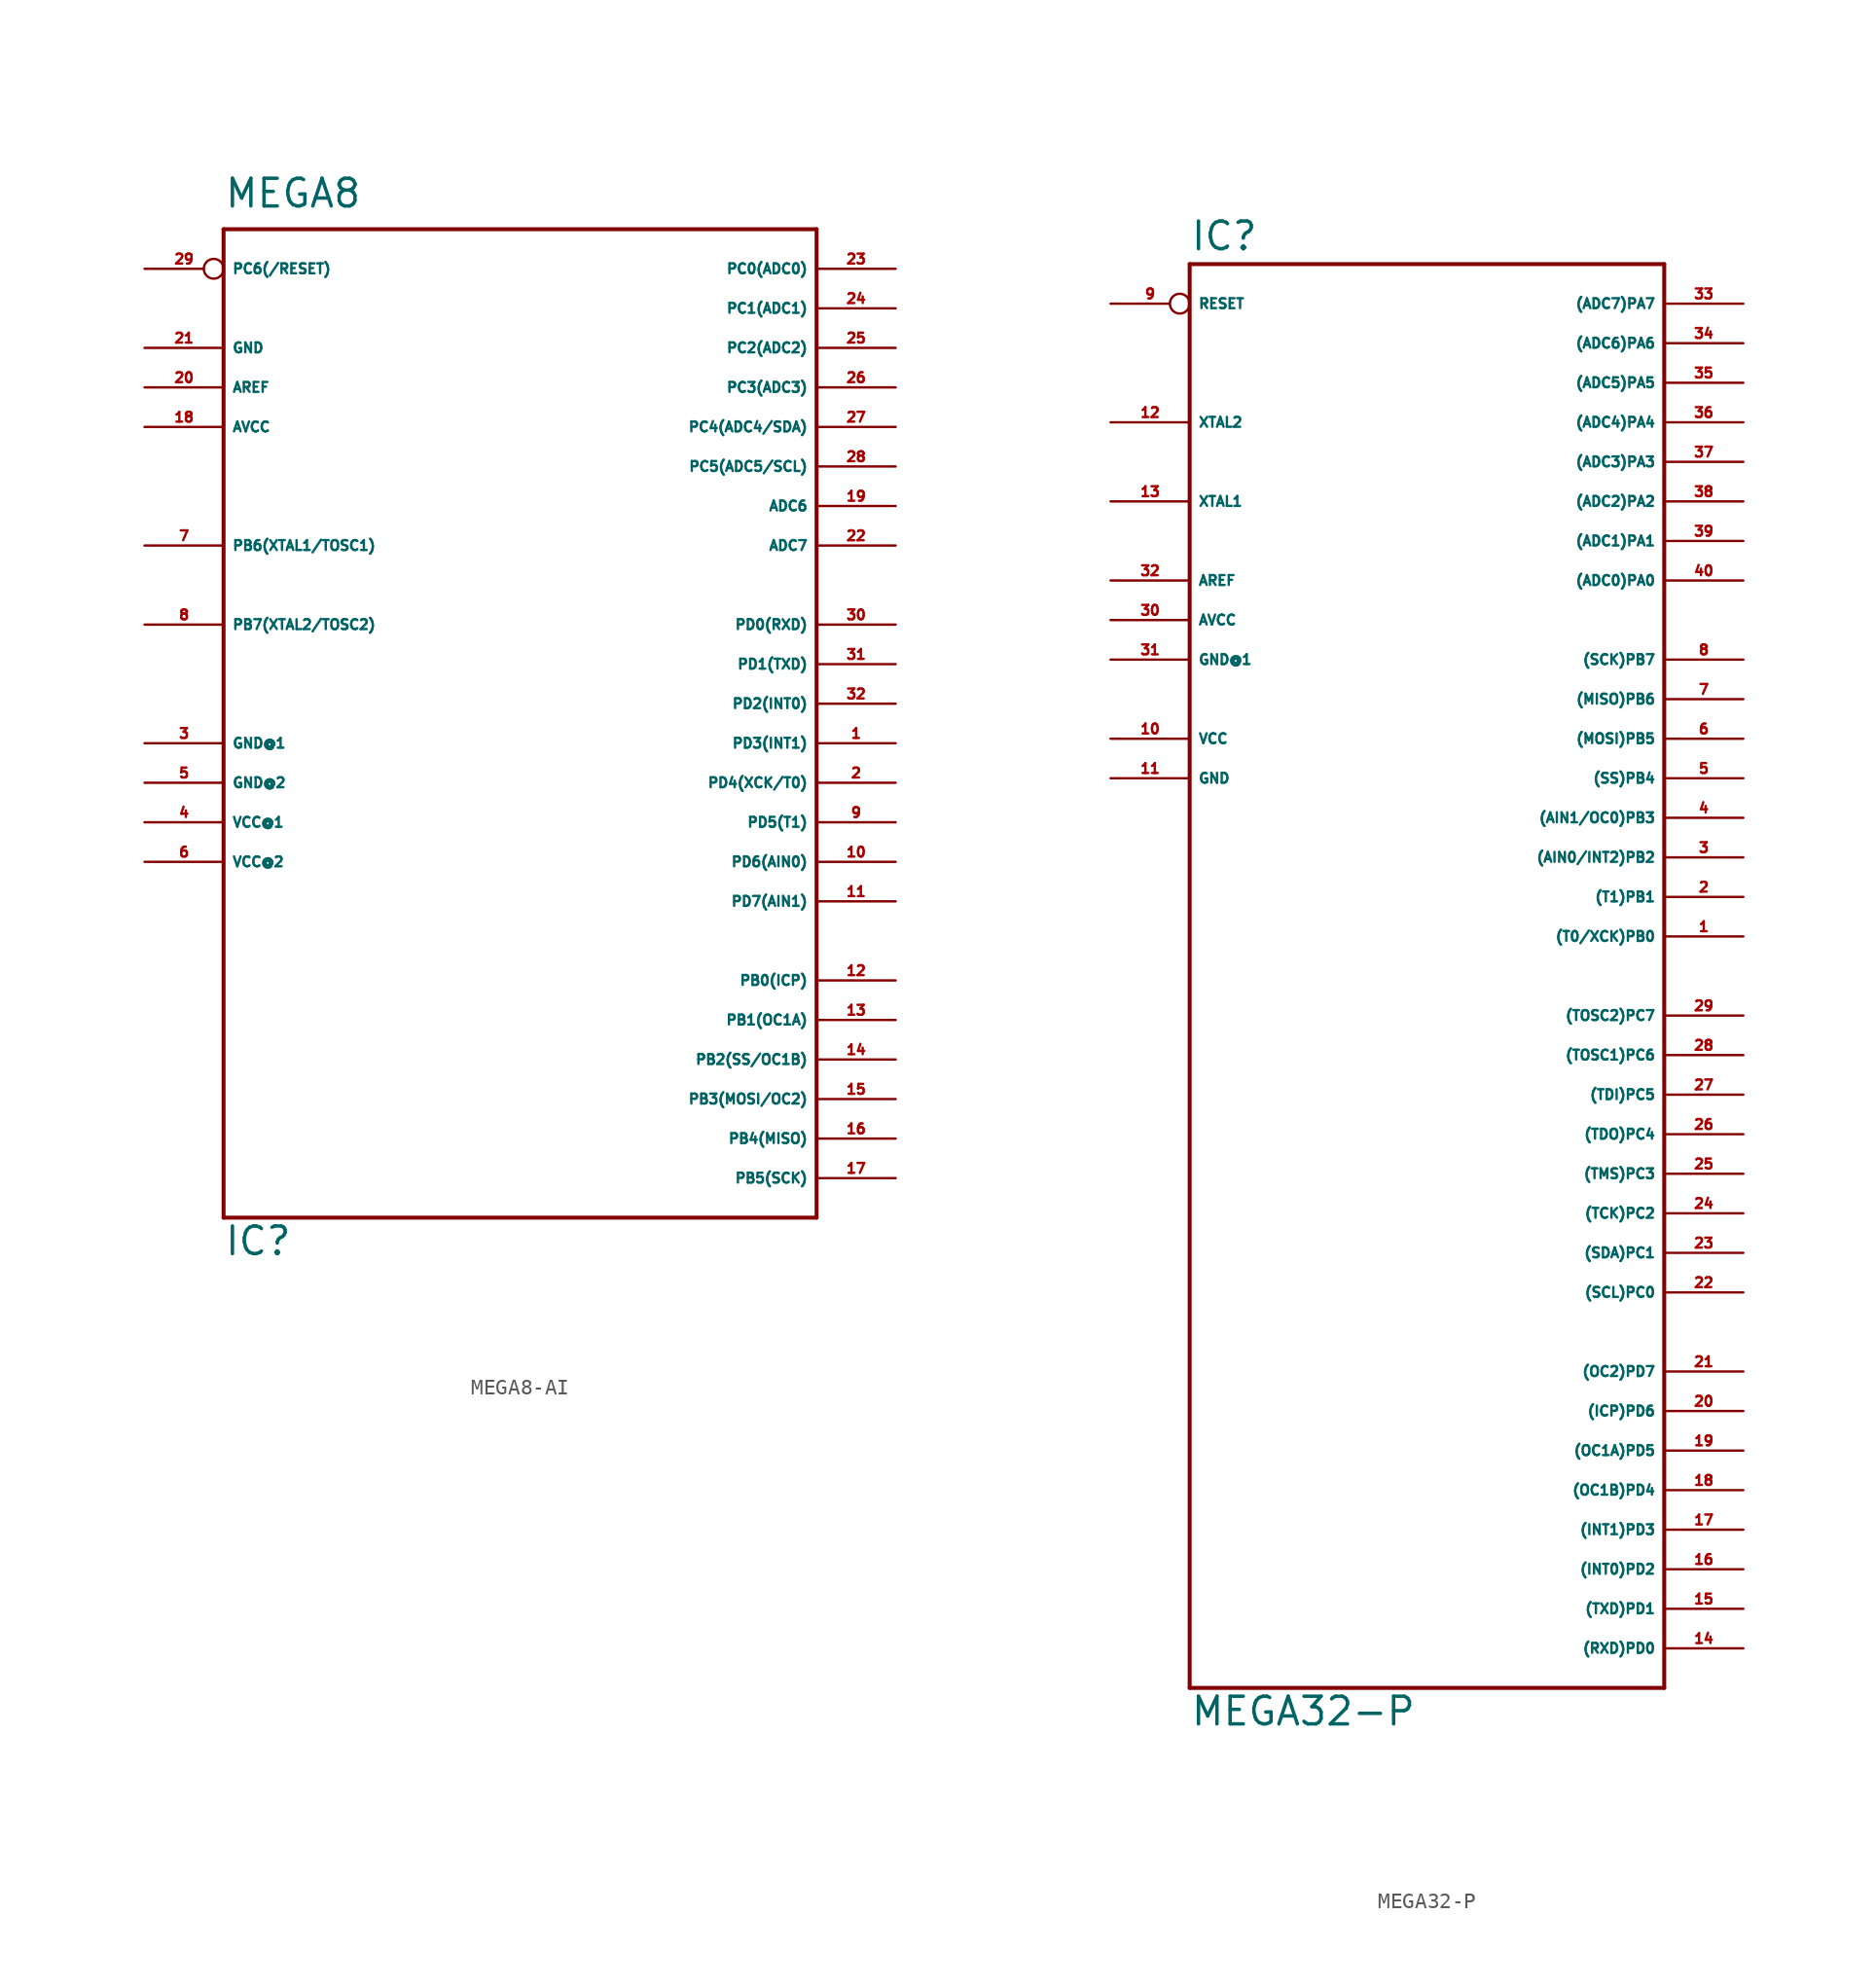
<source format=kicad_sym>
(kicad_symbol_lib
  (version 20220914)
  (generator Eagle2Kicad)
  (symbol "MEGA8-AI"
    (property "Reference" "IC"
      (at -17.78 -38.1 0)
      (effects (font (size 1.778 1.778) (thickness 0.22)) (justify left bottom)))
    (property "Value" "MEGA8"
      (at -17.78 29.21 0)
      (effects (font (size 1.778 1.778) (thickness 0.22)) (justify left bottom)))
    (polyline
      (pts (xy -17.78 27.94) (xy 20.32 27.94))
      (stroke (width 0.254) (type default))
      (fill (type none)))
    (polyline
      (pts (xy 20.32 27.94) (xy 20.32 -35.56))
      (stroke (width 0.254) (type default))
      (fill (type none)))
    (polyline
      (pts (xy 20.32 -35.56) (xy -17.78 -35.56))
      (stroke (width 0.254) (type default))
      (fill (type none)))
    (polyline
      (pts (xy -17.78 -35.56) (xy -17.78 27.94))
      (stroke (width 0.254) (type default))
      (fill (type none)))
    (pin bidirectional line
      (at 25.4 -33.02 180)
      (length 5.08)
      (name "PB5(SCK)" (effects (font (size 0.635 0.635) (thickness 0.08)) (justify left bottom)))
      (number "17" (effects (font (size 0.635 0.635) (thickness 0.08)) (justify left bottom))))
    (pin bidirectional line
      (at -22.86 2.54 0)
      (length 5.08)
      (name "PB7(XTAL2/TOSC2)" (effects (font (size 0.635 0.635) (thickness 0.08)) (justify left bottom)))
      (number "8" (effects (font (size 0.635 0.635) (thickness 0.08)) (justify left bottom))))
    (pin bidirectional line
      (at -22.86 7.62 0)
      (length 5.08)
      (name "PB6(XTAL1/TOSC1)" (effects (font (size 0.635 0.635) (thickness 0.08)) (justify left bottom)))
      (number "7" (effects (font (size 0.635 0.635) (thickness 0.08)) (justify left bottom))))
    (pin unspecified line
      (at -22.86 -5.08 0)
      (length 5.08)
      (name "GND@1" (effects (font (size 0.635 0.635) (thickness 0.08)) (justify left bottom)))
      (number "3" (effects (font (size 0.635 0.635) (thickness 0.08)) (justify left bottom))))
    (pin unspecified line
      (at -22.86 -7.62 0)
      (length 5.08)
      (name "GND@2" (effects (font (size 0.635 0.635) (thickness 0.08)) (justify left bottom)))
      (number "5" (effects (font (size 0.635 0.635) (thickness 0.08)) (justify left bottom))))
    (pin unspecified line
      (at -22.86 -10.16 0)
      (length 5.08)
      (name "VCC@1" (effects (font (size 0.635 0.635) (thickness 0.08)) (justify left bottom)))
      (number "4" (effects (font (size 0.635 0.635) (thickness 0.08)) (justify left bottom))))
    (pin unspecified line
      (at -22.86 -12.7 0)
      (length 5.08)
      (name "VCC@2" (effects (font (size 0.635 0.635) (thickness 0.08)) (justify left bottom)))
      (number "6" (effects (font (size 0.635 0.635) (thickness 0.08)) (justify left bottom))))
    (pin unspecified line
      (at -22.86 20.32 0)
      (length 5.08)
      (name "GND" (effects (font (size 0.635 0.635) (thickness 0.08)) (justify left bottom)))
      (number "21" (effects (font (size 0.635 0.635) (thickness 0.08)) (justify left bottom))))
    (pin passive line
      (at -22.86 17.78 0)
      (length 5.08)
      (name "AREF" (effects (font (size 0.635 0.635) (thickness 0.08)) (justify left bottom)))
      (number "20" (effects (font (size 0.635 0.635) (thickness 0.08)) (justify left bottom))))
    (pin unspecified line
      (at -22.86 15.24 0)
      (length 5.08)
      (name "AVCC" (effects (font (size 0.635 0.635) (thickness 0.08)) (justify left bottom)))
      (number "18" (effects (font (size 0.635 0.635) (thickness 0.08)) (justify left bottom))))
    (pin bidirectional line
      (at 25.4 -30.48 180)
      (length 5.08)
      (name "PB4(MISO)" (effects (font (size 0.635 0.635) (thickness 0.08)) (justify left bottom)))
      (number "16" (effects (font (size 0.635 0.635) (thickness 0.08)) (justify left bottom))))
    (pin bidirectional line
      (at 25.4 -27.94 180)
      (length 5.08)
      (name "PB3(MOSI/OC2)" (effects (font (size 0.635 0.635) (thickness 0.08)) (justify left bottom)))
      (number "15" (effects (font (size 0.635 0.635) (thickness 0.08)) (justify left bottom))))
    (pin bidirectional line
      (at 25.4 -25.4 180)
      (length 5.08)
      (name "PB2(SS/OC1B)" (effects (font (size 0.635 0.635) (thickness 0.08)) (justify left bottom)))
      (number "14" (effects (font (size 0.635 0.635) (thickness 0.08)) (justify left bottom))))
    (pin bidirectional line
      (at 25.4 -22.86 180)
      (length 5.08)
      (name "PB1(OC1A)" (effects (font (size 0.635 0.635) (thickness 0.08)) (justify left bottom)))
      (number "13" (effects (font (size 0.635 0.635) (thickness 0.08)) (justify left bottom))))
    (pin bidirectional line
      (at 25.4 -20.32 180)
      (length 5.08)
      (name "PB0(ICP)" (effects (font (size 0.635 0.635) (thickness 0.08)) (justify left bottom)))
      (number "12" (effects (font (size 0.635 0.635) (thickness 0.08)) (justify left bottom))))
    (pin bidirectional line
      (at 25.4 -15.24 180)
      (length 5.08)
      (name "PD7(AIN1)" (effects (font (size 0.635 0.635) (thickness 0.08)) (justify left bottom)))
      (number "11" (effects (font (size 0.635 0.635) (thickness 0.08)) (justify left bottom))))
    (pin bidirectional line
      (at 25.4 -12.7 180)
      (length 5.08)
      (name "PD6(AIN0)" (effects (font (size 0.635 0.635) (thickness 0.08)) (justify left bottom)))
      (number "10" (effects (font (size 0.635 0.635) (thickness 0.08)) (justify left bottom))))
    (pin bidirectional line
      (at 25.4 -10.16 180)
      (length 5.08)
      (name "PD5(T1)" (effects (font (size 0.635 0.635) (thickness 0.08)) (justify left bottom)))
      (number "9" (effects (font (size 0.635 0.635) (thickness 0.08)) (justify left bottom))))
    (pin bidirectional line
      (at 25.4 -7.62 180)
      (length 5.08)
      (name "PD4(XCK/T0)" (effects (font (size 0.635 0.635) (thickness 0.08)) (justify left bottom)))
      (number "2" (effects (font (size 0.635 0.635) (thickness 0.08)) (justify left bottom))))
    (pin bidirectional line
      (at 25.4 -5.08 180)
      (length 5.08)
      (name "PD3(INT1)" (effects (font (size 0.635 0.635) (thickness 0.08)) (justify left bottom)))
      (number "1" (effects (font (size 0.635 0.635) (thickness 0.08)) (justify left bottom))))
    (pin bidirectional line
      (at 25.4 -2.54 180)
      (length 5.08)
      (name "PD2(INT0)" (effects (font (size 0.635 0.635) (thickness 0.08)) (justify left bottom)))
      (number "32" (effects (font (size 0.635 0.635) (thickness 0.08)) (justify left bottom))))
    (pin bidirectional line
      (at 25.4 0 180)
      (length 5.08)
      (name "PD1(TXD)" (effects (font (size 0.635 0.635) (thickness 0.08)) (justify left bottom)))
      (number "31" (effects (font (size 0.635 0.635) (thickness 0.08)) (justify left bottom))))
    (pin bidirectional line
      (at 25.4 2.54 180)
      (length 5.08)
      (name "PD0(RXD)" (effects (font (size 0.635 0.635) (thickness 0.08)) (justify left bottom)))
      (number "30" (effects (font (size 0.635 0.635) (thickness 0.08)) (justify left bottom))))
    (pin bidirectional line
      (at 25.4 7.62 180)
      (length 5.08)
      (name "ADC7" (effects (font (size 0.635 0.635) (thickness 0.08)) (justify left bottom)))
      (number "22" (effects (font (size 0.635 0.635) (thickness 0.08)) (justify left bottom))))
    (pin bidirectional line
      (at 25.4 10.16 180)
      (length 5.08)
      (name "ADC6" (effects (font (size 0.635 0.635) (thickness 0.08)) (justify left bottom)))
      (number "19" (effects (font (size 0.635 0.635) (thickness 0.08)) (justify left bottom))))
    (pin bidirectional line
      (at 25.4 12.7 180)
      (length 5.08)
      (name "PC5(ADC5/SCL)" (effects (font (size 0.635 0.635) (thickness 0.08)) (justify left bottom)))
      (number "28" (effects (font (size 0.635 0.635) (thickness 0.08)) (justify left bottom))))
    (pin bidirectional line
      (at 25.4 15.24 180)
      (length 5.08)
      (name "PC4(ADC4/SDA)" (effects (font (size 0.635 0.635) (thickness 0.08)) (justify left bottom)))
      (number "27" (effects (font (size 0.635 0.635) (thickness 0.08)) (justify left bottom))))
    (pin bidirectional line
      (at 25.4 17.78 180)
      (length 5.08)
      (name "PC3(ADC3)" (effects (font (size 0.635 0.635) (thickness 0.08)) (justify left bottom)))
      (number "26" (effects (font (size 0.635 0.635) (thickness 0.08)) (justify left bottom))))
    (pin bidirectional line
      (at 25.4 20.32 180)
      (length 5.08)
      (name "PC2(ADC2)" (effects (font (size 0.635 0.635) (thickness 0.08)) (justify left bottom)))
      (number "25" (effects (font (size 0.635 0.635) (thickness 0.08)) (justify left bottom))))
    (pin bidirectional line
      (at 25.4 22.86 180)
      (length 5.08)
      (name "PC1(ADC1)" (effects (font (size 0.635 0.635) (thickness 0.08)) (justify left bottom)))
      (number "24" (effects (font (size 0.635 0.635) (thickness 0.08)) (justify left bottom))))
    (pin bidirectional line
      (at 25.4 25.4 180)
      (length 5.08)
      (name "PC0(ADC0)" (effects (font (size 0.635 0.635) (thickness 0.08)) (justify left bottom)))
      (number "23" (effects (font (size 0.635 0.635) (thickness 0.08)) (justify left bottom))))
    (pin bidirectional inverted
      (at -22.86 25.4 0)
      (length 5.08)
      (name "PC6(/RESET)" (effects (font (size 0.635 0.635) (thickness 0.08)) (justify left bottom)))
      (number "29" (effects (font (size 0.635 0.635) (thickness 0.08)) (justify left bottom)))))
  (symbol "MEGA32-P"
    (property "Reference" "IC"
      (at -15.24 46.482 0)
      (effects (font (size 1.778 1.778) (thickness 0.22)) (justify left bottom)))
    (property "Value" "MEGA32-P"
      (at -15.24 -48.26 0)
      (effects (font (size 1.778 1.778) (thickness 0.22)) (justify left bottom)))
    (polyline
      (pts (xy -15.24 45.72) (xy 15.24 45.72))
      (stroke (width 0.254) (type default))
      (fill (type none)))
    (polyline
      (pts (xy 15.24 45.72) (xy 15.24 -45.72))
      (stroke (width 0.254) (type default))
      (fill (type none)))
    (polyline
      (pts (xy 15.24 -45.72) (xy -15.24 -45.72))
      (stroke (width 0.254) (type default))
      (fill (type none)))
    (polyline
      (pts (xy -15.24 -45.72) (xy -15.24 45.72))
      (stroke (width 0.254) (type default))
      (fill (type none)))
    (pin bidirectional line
      (at 20.32 43.18 180)
      (length 5.08)
      (name "(ADC7)PA7" (effects (font (size 0.635 0.635) (thickness 0.08)) (justify left bottom)))
      (number "33" (effects (font (size 0.635 0.635) (thickness 0.08)) (justify left bottom))))
    (pin bidirectional line
      (at 20.32 40.64 180)
      (length 5.08)
      (name "(ADC6)PA6" (effects (font (size 0.635 0.635) (thickness 0.08)) (justify left bottom)))
      (number "34" (effects (font (size 0.635 0.635) (thickness 0.08)) (justify left bottom))))
    (pin bidirectional line
      (at 20.32 38.1 180)
      (length 5.08)
      (name "(ADC5)PA5" (effects (font (size 0.635 0.635) (thickness 0.08)) (justify left bottom)))
      (number "35" (effects (font (size 0.635 0.635) (thickness 0.08)) (justify left bottom))))
    (pin bidirectional line
      (at 20.32 35.56 180)
      (length 5.08)
      (name "(ADC4)PA4" (effects (font (size 0.635 0.635) (thickness 0.08)) (justify left bottom)))
      (number "36" (effects (font (size 0.635 0.635) (thickness 0.08)) (justify left bottom))))
    (pin bidirectional line
      (at 20.32 33.02 180)
      (length 5.08)
      (name "(ADC3)PA3" (effects (font (size 0.635 0.635) (thickness 0.08)) (justify left bottom)))
      (number "37" (effects (font (size 0.635 0.635) (thickness 0.08)) (justify left bottom))))
    (pin bidirectional line
      (at 20.32 30.48 180)
      (length 5.08)
      (name "(ADC2)PA2" (effects (font (size 0.635 0.635) (thickness 0.08)) (justify left bottom)))
      (number "38" (effects (font (size 0.635 0.635) (thickness 0.08)) (justify left bottom))))
    (pin bidirectional line
      (at 20.32 27.94 180)
      (length 5.08)
      (name "(ADC1)PA1" (effects (font (size 0.635 0.635) (thickness 0.08)) (justify left bottom)))
      (number "39" (effects (font (size 0.635 0.635) (thickness 0.08)) (justify left bottom))))
    (pin bidirectional line
      (at 20.32 25.4 180)
      (length 5.08)
      (name "(ADC0)PA0" (effects (font (size 0.635 0.635) (thickness 0.08)) (justify left bottom)))
      (number "40" (effects (font (size 0.635 0.635) (thickness 0.08)) (justify left bottom))))
    (pin bidirectional line
      (at 20.32 20.32 180)
      (length 5.08)
      (name "(SCK)PB7" (effects (font (size 0.635 0.635) (thickness 0.08)) (justify left bottom)))
      (number "8" (effects (font (size 0.635 0.635) (thickness 0.08)) (justify left bottom))))
    (pin bidirectional line
      (at 20.32 17.78 180)
      (length 5.08)
      (name "(MISO)PB6" (effects (font (size 0.635 0.635) (thickness 0.08)) (justify left bottom)))
      (number "7" (effects (font (size 0.635 0.635) (thickness 0.08)) (justify left bottom))))
    (pin bidirectional line
      (at 20.32 15.24 180)
      (length 5.08)
      (name "(MOSI)PB5" (effects (font (size 0.635 0.635) (thickness 0.08)) (justify left bottom)))
      (number "6" (effects (font (size 0.635 0.635) (thickness 0.08)) (justify left bottom))))
    (pin bidirectional line
      (at 20.32 12.7 180)
      (length 5.08)
      (name "(SS)PB4" (effects (font (size 0.635 0.635) (thickness 0.08)) (justify left bottom)))
      (number "5" (effects (font (size 0.635 0.635) (thickness 0.08)) (justify left bottom))))
    (pin bidirectional line
      (at 20.32 10.16 180)
      (length 5.08)
      (name "(AIN1/OC0)PB3" (effects (font (size 0.635 0.635) (thickness 0.08)) (justify left bottom)))
      (number "4" (effects (font (size 0.635 0.635) (thickness 0.08)) (justify left bottom))))
    (pin bidirectional line
      (at 20.32 7.62 180)
      (length 5.08)
      (name "(AIN0/INT2)PB2" (effects (font (size 0.635 0.635) (thickness 0.08)) (justify left bottom)))
      (number "3" (effects (font (size 0.635 0.635) (thickness 0.08)) (justify left bottom))))
    (pin bidirectional line
      (at 20.32 5.08 180)
      (length 5.08)
      (name "(T1)PB1" (effects (font (size 0.635 0.635) (thickness 0.08)) (justify left bottom)))
      (number "2" (effects (font (size 0.635 0.635) (thickness 0.08)) (justify left bottom))))
    (pin bidirectional line
      (at 20.32 2.54 180)
      (length 5.08)
      (name "(T0/XCK)PB0" (effects (font (size 0.635 0.635) (thickness 0.08)) (justify left bottom)))
      (number "1" (effects (font (size 0.635 0.635) (thickness 0.08)) (justify left bottom))))
    (pin bidirectional line
      (at 20.32 -2.54 180)
      (length 5.08)
      (name "(TOSC2)PC7" (effects (font (size 0.635 0.635) (thickness 0.08)) (justify left bottom)))
      (number "29" (effects (font (size 0.635 0.635) (thickness 0.08)) (justify left bottom))))
    (pin bidirectional line
      (at 20.32 -5.08 180)
      (length 5.08)
      (name "(TOSC1)PC6" (effects (font (size 0.635 0.635) (thickness 0.08)) (justify left bottom)))
      (number "28" (effects (font (size 0.635 0.635) (thickness 0.08)) (justify left bottom))))
    (pin bidirectional line
      (at 20.32 -7.62 180)
      (length 5.08)
      (name "(TDI)PC5" (effects (font (size 0.635 0.635) (thickness 0.08)) (justify left bottom)))
      (number "27" (effects (font (size 0.635 0.635) (thickness 0.08)) (justify left bottom))))
    (pin bidirectional line
      (at 20.32 -10.16 180)
      (length 5.08)
      (name "(TDO)PC4" (effects (font (size 0.635 0.635) (thickness 0.08)) (justify left bottom)))
      (number "26" (effects (font (size 0.635 0.635) (thickness 0.08)) (justify left bottom))))
    (pin bidirectional line
      (at 20.32 -12.7 180)
      (length 5.08)
      (name "(TMS)PC3" (effects (font (size 0.635 0.635) (thickness 0.08)) (justify left bottom)))
      (number "25" (effects (font (size 0.635 0.635) (thickness 0.08)) (justify left bottom))))
    (pin bidirectional line
      (at 20.32 -15.24 180)
      (length 5.08)
      (name "(TCK)PC2" (effects (font (size 0.635 0.635) (thickness 0.08)) (justify left bottom)))
      (number "24" (effects (font (size 0.635 0.635) (thickness 0.08)) (justify left bottom))))
    (pin bidirectional line
      (at 20.32 -17.78 180)
      (length 5.08)
      (name "(SDA)PC1" (effects (font (size 0.635 0.635) (thickness 0.08)) (justify left bottom)))
      (number "23" (effects (font (size 0.635 0.635) (thickness 0.08)) (justify left bottom))))
    (pin bidirectional line
      (at 20.32 -20.32 180)
      (length 5.08)
      (name "(SCL)PC0" (effects (font (size 0.635 0.635) (thickness 0.08)) (justify left bottom)))
      (number "22" (effects (font (size 0.635 0.635) (thickness 0.08)) (justify left bottom))))
    (pin unspecified line
      (at -20.32 20.32 0)
      (length 5.08)
      (name "GND@1" (effects (font (size 0.635 0.635) (thickness 0.08)) (justify left bottom)))
      (number "31" (effects (font (size 0.635 0.635) (thickness 0.08)) (justify left bottom))))
    (pin unspecified line
      (at -20.32 22.86 0)
      (length 5.08)
      (name "AVCC" (effects (font (size 0.635 0.635) (thickness 0.08)) (justify left bottom)))
      (number "30" (effects (font (size 0.635 0.635) (thickness 0.08)) (justify left bottom))))
    (pin passive line
      (at -20.32 25.4 0)
      (length 5.08)
      (name "AREF" (effects (font (size 0.635 0.635) (thickness 0.08)) (justify left bottom)))
      (number "32" (effects (font (size 0.635 0.635) (thickness 0.08)) (justify left bottom))))
    (pin bidirectional line
      (at -20.32 30.48 0)
      (length 5.08)
      (name "XTAL1" (effects (font (size 0.635 0.635) (thickness 0.08)) (justify left bottom)))
      (number "13" (effects (font (size 0.635 0.635) (thickness 0.08)) (justify left bottom))))
    (pin bidirectional line
      (at -20.32 35.56 0)
      (length 5.08)
      (name "XTAL2" (effects (font (size 0.635 0.635) (thickness 0.08)) (justify left bottom)))
      (number "12" (effects (font (size 0.635 0.635) (thickness 0.08)) (justify left bottom))))
    (pin unspecified line
      (at -20.32 15.24 0)
      (length 5.08)
      (name "VCC" (effects (font (size 0.635 0.635) (thickness 0.08)) (justify left bottom)))
      (number "10" (effects (font (size 0.635 0.635) (thickness 0.08)) (justify left bottom))))
    (pin unspecified line
      (at -20.32 12.7 0)
      (length 5.08)
      (name "GND" (effects (font (size 0.635 0.635) (thickness 0.08)) (justify left bottom)))
      (number "11" (effects (font (size 0.635 0.635) (thickness 0.08)) (justify left bottom))))
    (pin input inverted
      (at -20.32 43.18 0)
      (length 5.08)
      (name "RESET" (effects (font (size 0.635 0.635) (thickness 0.08)) (justify left bottom)))
      (number "9" (effects (font (size 0.635 0.635) (thickness 0.08)) (justify left bottom))))
    (pin bidirectional line
      (at 20.32 -43.18 180)
      (length 5.08)
      (name "(RXD)PD0" (effects (font (size 0.635 0.635) (thickness 0.08)) (justify left bottom)))
      (number "14" (effects (font (size 0.635 0.635) (thickness 0.08)) (justify left bottom))))
    (pin bidirectional line
      (at 20.32 -40.64 180)
      (length 5.08)
      (name "(TXD)PD1" (effects (font (size 0.635 0.635) (thickness 0.08)) (justify left bottom)))
      (number "15" (effects (font (size 0.635 0.635) (thickness 0.08)) (justify left bottom))))
    (pin bidirectional line
      (at 20.32 -38.1 180)
      (length 5.08)
      (name "(INT0)PD2" (effects (font (size 0.635 0.635) (thickness 0.08)) (justify left bottom)))
      (number "16" (effects (font (size 0.635 0.635) (thickness 0.08)) (justify left bottom))))
    (pin bidirectional line
      (at 20.32 -35.56 180)
      (length 5.08)
      (name "(INT1)PD3" (effects (font (size 0.635 0.635) (thickness 0.08)) (justify left bottom)))
      (number "17" (effects (font (size 0.635 0.635) (thickness 0.08)) (justify left bottom))))
    (pin bidirectional line
      (at 20.32 -33.02 180)
      (length 5.08)
      (name "(OC1B)PD4" (effects (font (size 0.635 0.635) (thickness 0.08)) (justify left bottom)))
      (number "18" (effects (font (size 0.635 0.635) (thickness 0.08)) (justify left bottom))))
    (pin bidirectional line
      (at 20.32 -30.48 180)
      (length 5.08)
      (name "(OC1A)PD5" (effects (font (size 0.635 0.635) (thickness 0.08)) (justify left bottom)))
      (number "19" (effects (font (size 0.635 0.635) (thickness 0.08)) (justify left bottom))))
    (pin bidirectional line
      (at 20.32 -27.94 180)
      (length 5.08)
      (name "(ICP)PD6" (effects (font (size 0.635 0.635) (thickness 0.08)) (justify left bottom)))
      (number "20" (effects (font (size 0.635 0.635) (thickness 0.08)) (justify left bottom))))
    (pin bidirectional line
      (at 20.32 -25.4 180)
      (length 5.08)
      (name "(OC2)PD7" (effects (font (size 0.635 0.635) (thickness 0.08)) (justify left bottom)))
      (number "21" (effects (font (size 0.635 0.635) (thickness 0.08)) (justify left bottom))))))
</source>
